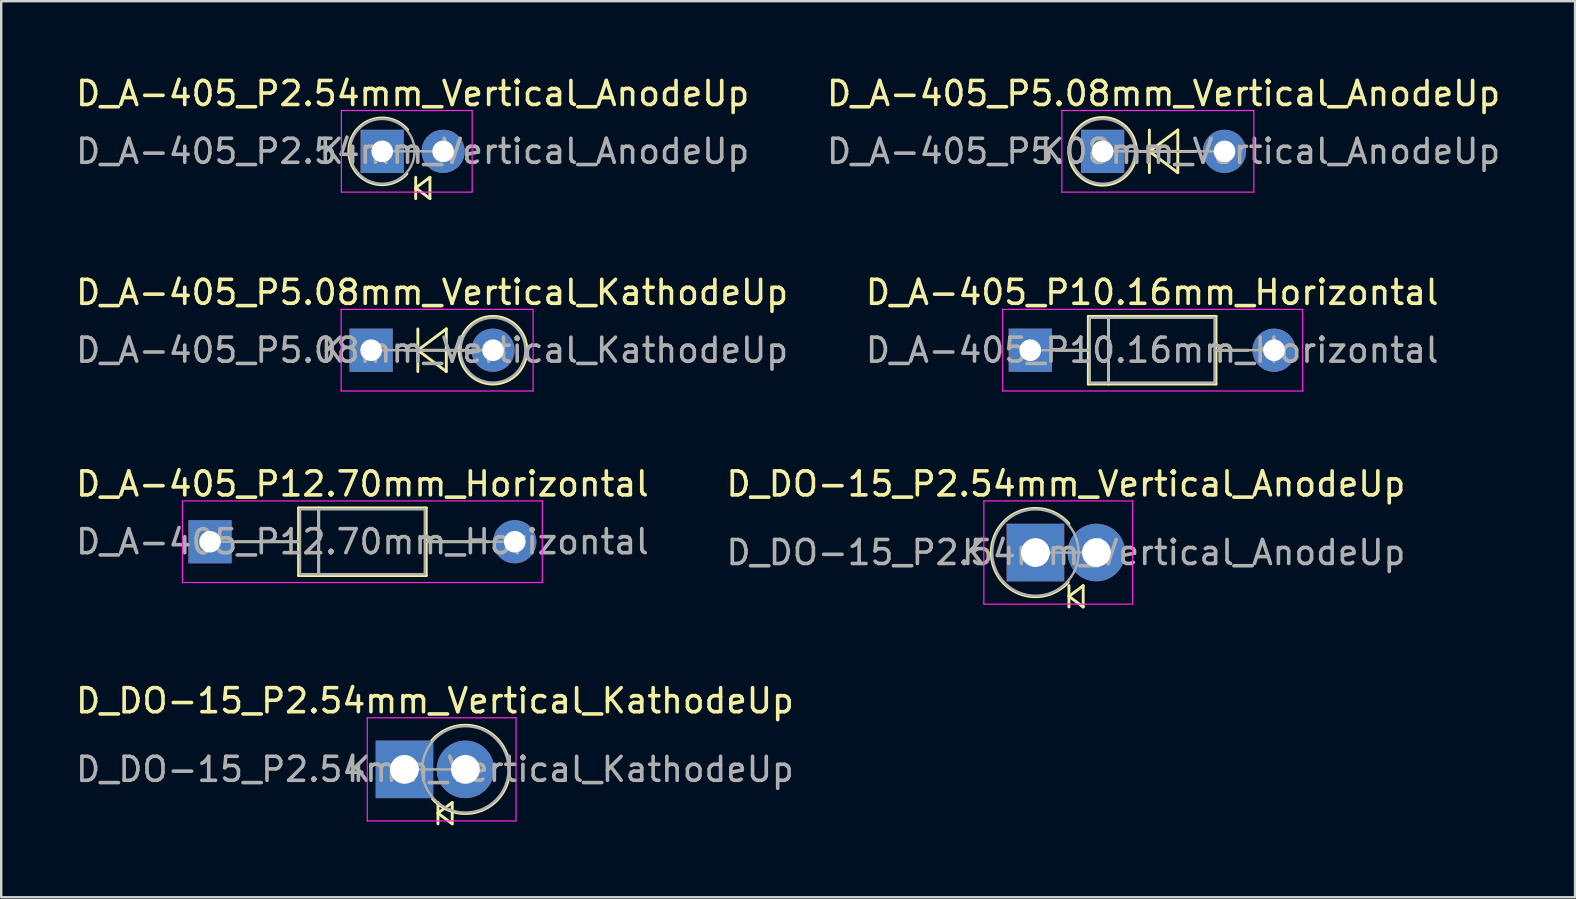
<source format=kicad_pcb>
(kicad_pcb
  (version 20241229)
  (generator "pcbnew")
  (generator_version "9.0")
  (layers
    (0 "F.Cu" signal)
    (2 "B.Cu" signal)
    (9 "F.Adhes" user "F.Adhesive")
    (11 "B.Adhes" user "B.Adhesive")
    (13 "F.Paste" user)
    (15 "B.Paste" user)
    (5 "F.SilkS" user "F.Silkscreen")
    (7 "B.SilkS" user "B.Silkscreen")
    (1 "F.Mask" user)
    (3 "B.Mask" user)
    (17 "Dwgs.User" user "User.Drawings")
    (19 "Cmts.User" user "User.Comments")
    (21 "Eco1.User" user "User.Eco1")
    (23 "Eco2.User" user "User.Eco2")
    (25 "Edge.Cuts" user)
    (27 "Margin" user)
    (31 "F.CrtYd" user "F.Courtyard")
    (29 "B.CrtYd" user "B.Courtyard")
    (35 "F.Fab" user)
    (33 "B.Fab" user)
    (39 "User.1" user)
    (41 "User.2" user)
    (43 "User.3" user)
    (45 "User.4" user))
  (footprint "D_DO-15_P2.54mm_Vertical_AnodeUp"
    (layer "F.Cu")
    (at 40.105 19.979)
    (property "Reference" "D_DO-15_P2.54mm_Vertical_AnodeUp" (at 1.27 -2.86 0) (layer "F.SilkS") (effects (font (size 1 1) (thickness 0.15))))
    (attr through_hole)
    (fp_line (start 1.397 1.38) (end 1.397 2.269) (stroke (width 0.12) (type solid)) (layer "F.SilkS"))
    (fp_line (start 1.397 1.825) (end 1.99 1.38) (stroke (width 0.12) (type solid)) (layer "F.SilkS"))
    (fp_line (start 1.99 1.38) (end 1.99 2.269) (stroke (width 0.12) (type solid)) (layer "F.SilkS"))
    (fp_line (start 1.99 2.269) (end 1.397 1.825) (stroke (width 0.12) (type solid)) (layer "F.SilkS"))
    (fp_arc (start 1.365408 1.23384) (mid -1.840161 -0.022557) (end 1.395242 -1.2) (stroke (width 0.12) (type solid)) (layer "F.SilkS"))
    (fp_line (start -2.15 -2.15) (end -2.15 2.15) (stroke (width 0.05) (type solid)) (layer "F.CrtYd"))
    (fp_line (start -2.15 2.15) (end 4.05 2.15) (stroke (width 0.05) (type solid)) (layer "F.CrtYd"))
    (fp_line (start 4.05 -2.15) (end -2.15 -2.15) (stroke (width 0.05) (type solid)) (layer "F.CrtYd"))
    (fp_line (start 4.05 2.15) (end 4.05 -2.15) (stroke (width 0.05) (type solid)) (layer "F.CrtYd"))
    (fp_line (start 0 0) (end 2.54 0) (stroke (width 0.1) (type solid)) (layer "F.Fab"))
    (fp_circle (center 0 0) (end 1.8 0) (stroke (width 0.1) (type solid)) (fill no) (layer "F.Fab"))
    (fp_text user "${REFERENCE}" (at 1.27 0 0) (layer "F.Fab") (effects (font (size 1 1) (thickness 0.15))))
    (fp_text user "K" (at -2.56 0 0) (layer "F.Fab") (effects (font (size 1 1) (thickness 0.15))))
    (pad "1" thru_hole rect (at 0 0) (size 2.4 2.4) (drill 1.2) (layers "*.Cu" "*.Mask"))
    (pad "2" thru_hole oval (at 2.54 0) (size 2.4 2.4) (drill 1.2) (layers "*.Cu" "*.Mask")))
  (footprint "D_A-405_P5.08mm_Vertical_KathodeUp"
    (layer "F.Cu")
    (at 12.418 11.546)
    (property "Reference" "D_A-405_P5.08mm_Vertical_KathodeUp" (at 2.54 -2.41 0) (layer "F.SilkS") (effects (font (size 1 1) (thickness 0.15))))
    (attr through_hole)
    (fp_line (start 1.41 0) (end 3.88 0) (stroke (width 0.12) (type solid)) (layer "F.SilkS"))
    (fp_line (start 1.947 -0.889) (end 1.947 0.889) (stroke (width 0.12) (type solid)) (layer "F.SilkS"))
    (fp_line (start 1.947 0) (end 3.133 -0.889) (stroke (width 0.12) (type solid)) (layer "F.SilkS"))
    (fp_line (start 3.133 -0.889) (end 3.133 0.889) (stroke (width 0.12) (type solid)) (layer "F.SilkS"))
    (fp_line (start 3.133 0.889) (end 1.947 0) (stroke (width 0.12) (type solid)) (layer "F.SilkS"))
    (fp_circle (center 5.08 0) (end 6.49 0) (stroke (width 0.12) (type solid)) (fill no) (layer "F.SilkS"))
    (fp_line (start -1.25 -1.7) (end -1.25 1.7) (stroke (width 0.05) (type solid)) (layer "F.CrtYd"))
    (fp_line (start -1.25 1.7) (end 6.75 1.7) (stroke (width 0.05) (type solid)) (layer "F.CrtYd"))
    (fp_line (start 6.75 -1.7) (end -1.25 -1.7) (stroke (width 0.05) (type solid)) (layer "F.CrtYd"))
    (fp_line (start 6.75 1.7) (end 6.75 -1.7) (stroke (width 0.05) (type solid)) (layer "F.CrtYd"))
    (fp_line (start 0 0) (end 5.08 0) (stroke (width 0.1) (type solid)) (layer "F.Fab"))
    (fp_circle (center 5.08 0) (end 6.43 0) (stroke (width 0.1) (type solid)) (fill no) (layer "F.Fab"))
    (fp_text user "K" (at -1.6 0 0) (layer "F.Fab") (effects (font (size 1 1) (thickness 0.15))))
    (fp_text user "${REFERENCE}" (at 2.54 0 0) (layer "F.Fab") (effects (font (size 1 1) (thickness 0.15))))
    (pad "1" thru_hole rect (at 0 0) (size 1.8 1.8) (drill 0.9) (layers "*.Cu" "*.Mask"))
    (pad "2" thru_hole oval (at 5.08 0) (size 1.8 1.8) (drill 0.9) (layers "*.Cu" "*.Mask")))
  (footprint "D_A-405_P12.70mm_Horizontal"
    (layer "F.Cu")
    (at 5.704 19.529)
    (property "Reference" "D_A-405_P12.70mm_Horizontal" (at 6.35 -2.41 0) (layer "F.SilkS") (effects (font (size 1 1) (thickness 0.15))))
    (attr through_hole)
    (fp_line (start 1.08 0) (end 3.69 0) (stroke (width 0.12) (type solid)) (layer "F.SilkS"))
    (fp_line (start 3.69 -1.41) (end 3.69 1.41) (stroke (width 0.12) (type solid)) (layer "F.SilkS"))
    (fp_line (start 3.69 1.41) (end 9.01 1.41) (stroke (width 0.12) (type solid)) (layer "F.SilkS"))
    (fp_line (start 4.53 -1.41) (end 4.53 1.41) (stroke (width 0.12) (type solid)) (layer "F.SilkS"))
    (fp_line (start 9.01 -1.41) (end 3.69 -1.41) (stroke (width 0.12) (type solid)) (layer "F.SilkS"))
    (fp_line (start 9.01 1.41) (end 9.01 -1.41) (stroke (width 0.12) (type solid)) (layer "F.SilkS"))
    (fp_line (start 11.62 0) (end 9.01 0) (stroke (width 0.12) (type solid)) (layer "F.SilkS"))
    (fp_line (start -1.15 -1.7) (end -1.15 1.7) (stroke (width 0.05) (type solid)) (layer "F.CrtYd"))
    (fp_line (start -1.15 1.7) (end 13.85 1.7) (stroke (width 0.05) (type solid)) (layer "F.CrtYd"))
    (fp_line (start 13.85 -1.7) (end -1.15 -1.7) (stroke (width 0.05) (type solid)) (layer "F.CrtYd"))
    (fp_line (start 13.85 1.7) (end 13.85 -1.7) (stroke (width 0.05) (type solid)) (layer "F.CrtYd"))
    (fp_line (start 0 0) (end 3.75 0) (stroke (width 0.1) (type solid)) (layer "F.Fab"))
    (fp_line (start 3.75 -1.35) (end 3.75 1.35) (stroke (width 0.1) (type solid)) (layer "F.Fab"))
    (fp_line (start 3.75 1.35) (end 8.95 1.35) (stroke (width 0.1) (type solid)) (layer "F.Fab"))
    (fp_line (start 4.53 -1.35) (end 4.53 1.35) (stroke (width 0.1) (type solid)) (layer "F.Fab"))
    (fp_line (start 8.95 -1.35) (end 3.75 -1.35) (stroke (width 0.1) (type solid)) (layer "F.Fab"))
    (fp_line (start 8.95 1.35) (end 8.95 -1.35) (stroke (width 0.1) (type solid)) (layer "F.Fab"))
    (fp_line (start 12.7 0) (end 8.95 0) (stroke (width 0.1) (type solid)) (layer "F.Fab"))
    (fp_text user "${REFERENCE}" (at 6.35 0 0) (layer "F.Fab") (effects (font (size 1 1) (thickness 0.15))))
    (pad "1" thru_hole rect (at 0 0) (size 1.8 1.8) (drill 0.9) (layers "*.Cu" "*.Mask"))
    (pad "2" thru_hole oval (at 12.7 0) (size 1.8 1.8) (drill 0.9) (layers "*.Cu" "*.Mask")))
  (footprint "D_A-405_P10.16mm_Horizontal"
    (layer "F.Cu")
    (at 39.89 11.546)
    (property "Reference" "D_A-405_P10.16mm_Horizontal" (at 5.08 -2.41 0) (layer "F.SilkS") (effects (font (size 1 1) (thickness 0.15))))
    (attr through_hole)
    (fp_line (start 1.08 0) (end 2.42 0) (stroke (width 0.12) (type solid)) (layer "F.SilkS"))
    (fp_line (start 2.42 -1.41) (end 2.42 1.41) (stroke (width 0.12) (type solid)) (layer "F.SilkS"))
    (fp_line (start 2.42 1.41) (end 7.74 1.41) (stroke (width 0.12) (type solid)) (layer "F.SilkS"))
    (fp_line (start 3.26 -1.41) (end 3.26 1.41) (stroke (width 0.12) (type solid)) (layer "F.SilkS"))
    (fp_line (start 7.74 -1.41) (end 2.42 -1.41) (stroke (width 0.12) (type solid)) (layer "F.SilkS"))
    (fp_line (start 7.74 1.41) (end 7.74 -1.41) (stroke (width 0.12) (type solid)) (layer "F.SilkS"))
    (fp_line (start 9.08 0) (end 7.74 0) (stroke (width 0.12) (type solid)) (layer "F.SilkS"))
    (fp_line (start -1.15 -1.7) (end -1.15 1.7) (stroke (width 0.05) (type solid)) (layer "F.CrtYd"))
    (fp_line (start -1.15 1.7) (end 11.35 1.7) (stroke (width 0.05) (type solid)) (layer "F.CrtYd"))
    (fp_line (start 11.35 -1.7) (end -1.15 -1.7) (stroke (width 0.05) (type solid)) (layer "F.CrtYd"))
    (fp_line (start 11.35 1.7) (end 11.35 -1.7) (stroke (width 0.05) (type solid)) (layer "F.CrtYd"))
    (fp_line (start 0 0) (end 2.48 0) (stroke (width 0.1) (type solid)) (layer "F.Fab"))
    (fp_line (start 2.48 -1.35) (end 2.48 1.35) (stroke (width 0.1) (type solid)) (layer "F.Fab"))
    (fp_line (start 2.48 1.35) (end 7.68 1.35) (stroke (width 0.1) (type solid)) (layer "F.Fab"))
    (fp_line (start 3.26 -1.35) (end 3.26 1.35) (stroke (width 0.1) (type solid)) (layer "F.Fab"))
    (fp_line (start 7.68 -1.35) (end 2.48 -1.35) (stroke (width 0.1) (type solid)) (layer "F.Fab"))
    (fp_line (start 7.68 1.35) (end 7.68 -1.35) (stroke (width 0.1) (type solid)) (layer "F.Fab"))
    (fp_line (start 10.16 0) (end 7.68 0) (stroke (width 0.1) (type solid)) (layer "F.Fab"))
    (fp_text user "${REFERENCE}" (at 5.08 0 0) (layer "F.Fab") (effects (font (size 1 1) (thickness 0.15))))
    (pad "1" thru_hole rect (at 0 0) (size 1.8 1.8) (drill 0.9) (layers "*.Cu" "*.Mask"))
    (pad "2" thru_hole oval (at 10.16 0) (size 1.8 1.8) (drill 0.9) (layers "*.Cu" "*.Mask")))
  (footprint "D_DO-15_P2.54mm_Vertical_KathodeUp"
    (layer "F.Cu")
    (at 13.807 29.016)
    (property "Reference" "D_DO-15_P2.54mm_Vertical_KathodeUp" (at 1.27 -2.86 0) (layer "F.SilkS") (effects (font (size 1 1) (thickness 0.15))))
    (attr through_hole)
    (fp_line (start 1.397 1.38) (end 1.397 2.269) (stroke (width 0.12) (type solid)) (layer "F.SilkS"))
    (fp_line (start 1.397 1.825) (end 1.99 1.38) (stroke (width 0.12) (type solid)) (layer "F.SilkS"))
    (fp_line (start 1.99 1.38) (end 1.99 2.269) (stroke (width 0.12) (type solid)) (layer "F.SilkS"))
    (fp_line (start 1.99 2.269) (end 1.397 1.825) (stroke (width 0.12) (type solid)) (layer "F.SilkS"))
    (fp_arc (start 1.144758 -1.2) (mid 4.380161 -0.022557) (end 1.174592 1.23384) (stroke (width 0.12) (type solid)) (layer "F.SilkS"))
    (fp_line (start -1.55 -2.15) (end -1.55 2.15) (stroke (width 0.05) (type solid)) (layer "F.CrtYd"))
    (fp_line (start -1.55 2.15) (end 4.65 2.15) (stroke (width 0.05) (type solid)) (layer "F.CrtYd"))
    (fp_line (start 4.65 -2.15) (end -1.55 -2.15) (stroke (width 0.05) (type solid)) (layer "F.CrtYd"))
    (fp_line (start 4.65 2.15) (end 4.65 -2.15) (stroke (width 0.05) (type solid)) (layer "F.CrtYd"))
    (fp_line (start 0 0) (end 2.54 0) (stroke (width 0.1) (type solid)) (layer "F.Fab"))
    (fp_circle (center 2.54 0) (end 4.34 0) (stroke (width 0.1) (type solid)) (fill no) (layer "F.Fab"))
    (fp_text user "${REFERENCE}" (at 1.27 0 0) (layer "F.Fab") (effects (font (size 1 1) (thickness 0.15))))
    (fp_text user "K" (at -1.9 0 0) (layer "F.Fab") (effects (font (size 1 1) (thickness 0.15))))
    (pad "1" thru_hole rect (at 0 0) (size 2.4 2.4) (drill 1.2) (layers "*.Cu" "*.Mask"))
    (pad "2" thru_hole oval (at 2.54 0) (size 2.4 2.4) (drill 1.2) (layers "*.Cu" "*.Mask")))
  (footprint "D_A-405_P5.08mm_Vertical_AnodeUp"
    (layer "F.Cu")
    (at 42.906 3.258)
    (property "Reference" "D_A-405_P5.08mm_Vertical_AnodeUp" (at 2.54 -2.41 0) (layer "F.SilkS") (effects (font (size 1 1) (thickness 0.15))))
    (attr through_hole)
    (fp_line (start 1.41 0) (end 3.88 0) (stroke (width 0.12) (type solid)) (layer "F.SilkS"))
    (fp_line (start 1.947 -0.889) (end 1.947 0.889) (stroke (width 0.12) (type solid)) (layer "F.SilkS"))
    (fp_line (start 1.947 0) (end 3.133 -0.889) (stroke (width 0.12) (type solid)) (layer "F.SilkS"))
    (fp_line (start 3.133 -0.889) (end 3.133 0.889) (stroke (width 0.12) (type solid)) (layer "F.SilkS"))
    (fp_line (start 3.133 0.889) (end 1.947 0) (stroke (width 0.12) (type solid)) (layer "F.SilkS"))
    (fp_circle (center 0 0) (end 1.41 0) (stroke (width 0.12) (type solid)) (fill no) (layer "F.SilkS"))
    (fp_line (start -1.7 -1.7) (end -1.7 1.7) (stroke (width 0.05) (type solid)) (layer "F.CrtYd"))
    (fp_line (start -1.7 1.7) (end 6.3 1.7) (stroke (width 0.05) (type solid)) (layer "F.CrtYd"))
    (fp_line (start 6.3 -1.7) (end -1.7 -1.7) (stroke (width 0.05) (type solid)) (layer "F.CrtYd"))
    (fp_line (start 6.3 1.7) (end 6.3 -1.7) (stroke (width 0.05) (type solid)) (layer "F.CrtYd"))
    (fp_line (start 0 0) (end 5.08 0) (stroke (width 0.1) (type solid)) (layer "F.Fab"))
    (fp_circle (center 0 0) (end 1.35 0) (stroke (width 0.1) (type solid)) (fill no) (layer "F.Fab"))
    (fp_text user "${REFERENCE}" (at 2.54 0 0) (layer "F.Fab") (effects (font (size 1 1) (thickness 0.15))))
    (fp_text user "K" (at -2.11 0 0) (layer "F.Fab") (effects (font (size 1 1) (thickness 0.15))))
    (pad "1" thru_hole rect (at 0 0) (size 1.8 1.8) (drill 0.9) (layers "*.Cu" "*.Mask"))
    (pad "2" thru_hole oval (at 5.08 0) (size 1.8 1.8) (drill 0.9) (layers "*.Cu" "*.Mask")))
  (footprint "D_A-405_P2.54mm_Vertical_AnodeUp"
    (layer "F.Cu")
    (at 12.879 3.258)
    (property "Reference" "D_A-405_P2.54mm_Vertical_AnodeUp" (at 1.27 -2.41 0) (layer "F.SilkS") (effects (font (size 1 1) (thickness 0.15))))
    (attr through_hole)
    (fp_line (start 1.397 1.08) (end 1.397 1.969) (stroke (width 0.12) (type solid)) (layer "F.SilkS"))
    (fp_line (start 1.397 1.524) (end 1.99 1.08) (stroke (width 0.12) (type solid)) (layer "F.SilkS"))
    (fp_line (start 1.99 1.08) (end 1.99 1.969) (stroke (width 0.12) (type solid)) (layer "F.SilkS"))
    (fp_line (start 1.99 1.969) (end 1.397 1.524) (stroke (width 0.12) (type solid)) (layer "F.SilkS"))
    (fp_arc (start 1.030633 0.933271) (mid -1.390219 -0.022126) (end 1.059811 -0.9) (stroke (width 0.12) (type solid)) (layer "F.SilkS"))
    (fp_line (start -1.7 -1.7) (end -1.7 1.7) (stroke (width 0.05) (type solid)) (layer "F.CrtYd"))
    (fp_line (start -1.7 1.7) (end 3.75 1.7) (stroke (width 0.05) (type solid)) (layer "F.CrtYd"))
    (fp_line (start 3.75 -1.7) (end -1.7 -1.7) (stroke (width 0.05) (type solid)) (layer "F.CrtYd"))
    (fp_line (start 3.75 1.7) (end 3.75 -1.7) (stroke (width 0.05) (type solid)) (layer "F.CrtYd"))
    (fp_line (start 0 0) (end 2.54 0) (stroke (width 0.1) (type solid)) (layer "F.Fab"))
    (fp_circle (center 0 0) (end 1.35 0) (stroke (width 0.1) (type solid)) (fill no) (layer "F.Fab"))
    (fp_text user "${REFERENCE}" (at 1.27 0 0) (layer "F.Fab") (effects (font (size 1 1) (thickness 0.15))))
    (fp_text user "K" (at -2.11 0 0) (layer "F.Fab") (effects (font (size 1 1) (thickness 0.15))))
    (pad "1" thru_hole rect (at 0 0) (size 1.8 1.8) (drill 0.9) (layers "*.Cu" "*.Mask"))
    (pad "2" thru_hole oval (at 2.54 0) (size 1.8 1.8) (drill 0.9) (layers "*.Cu" "*.Mask")))
  (gr_rect
    (start -3 -3)
    (end 62.595 34.345)
    (stroke (width 0.1) (type default))
    (fill no)
    (layer "Edge.Cuts")))
</source>
